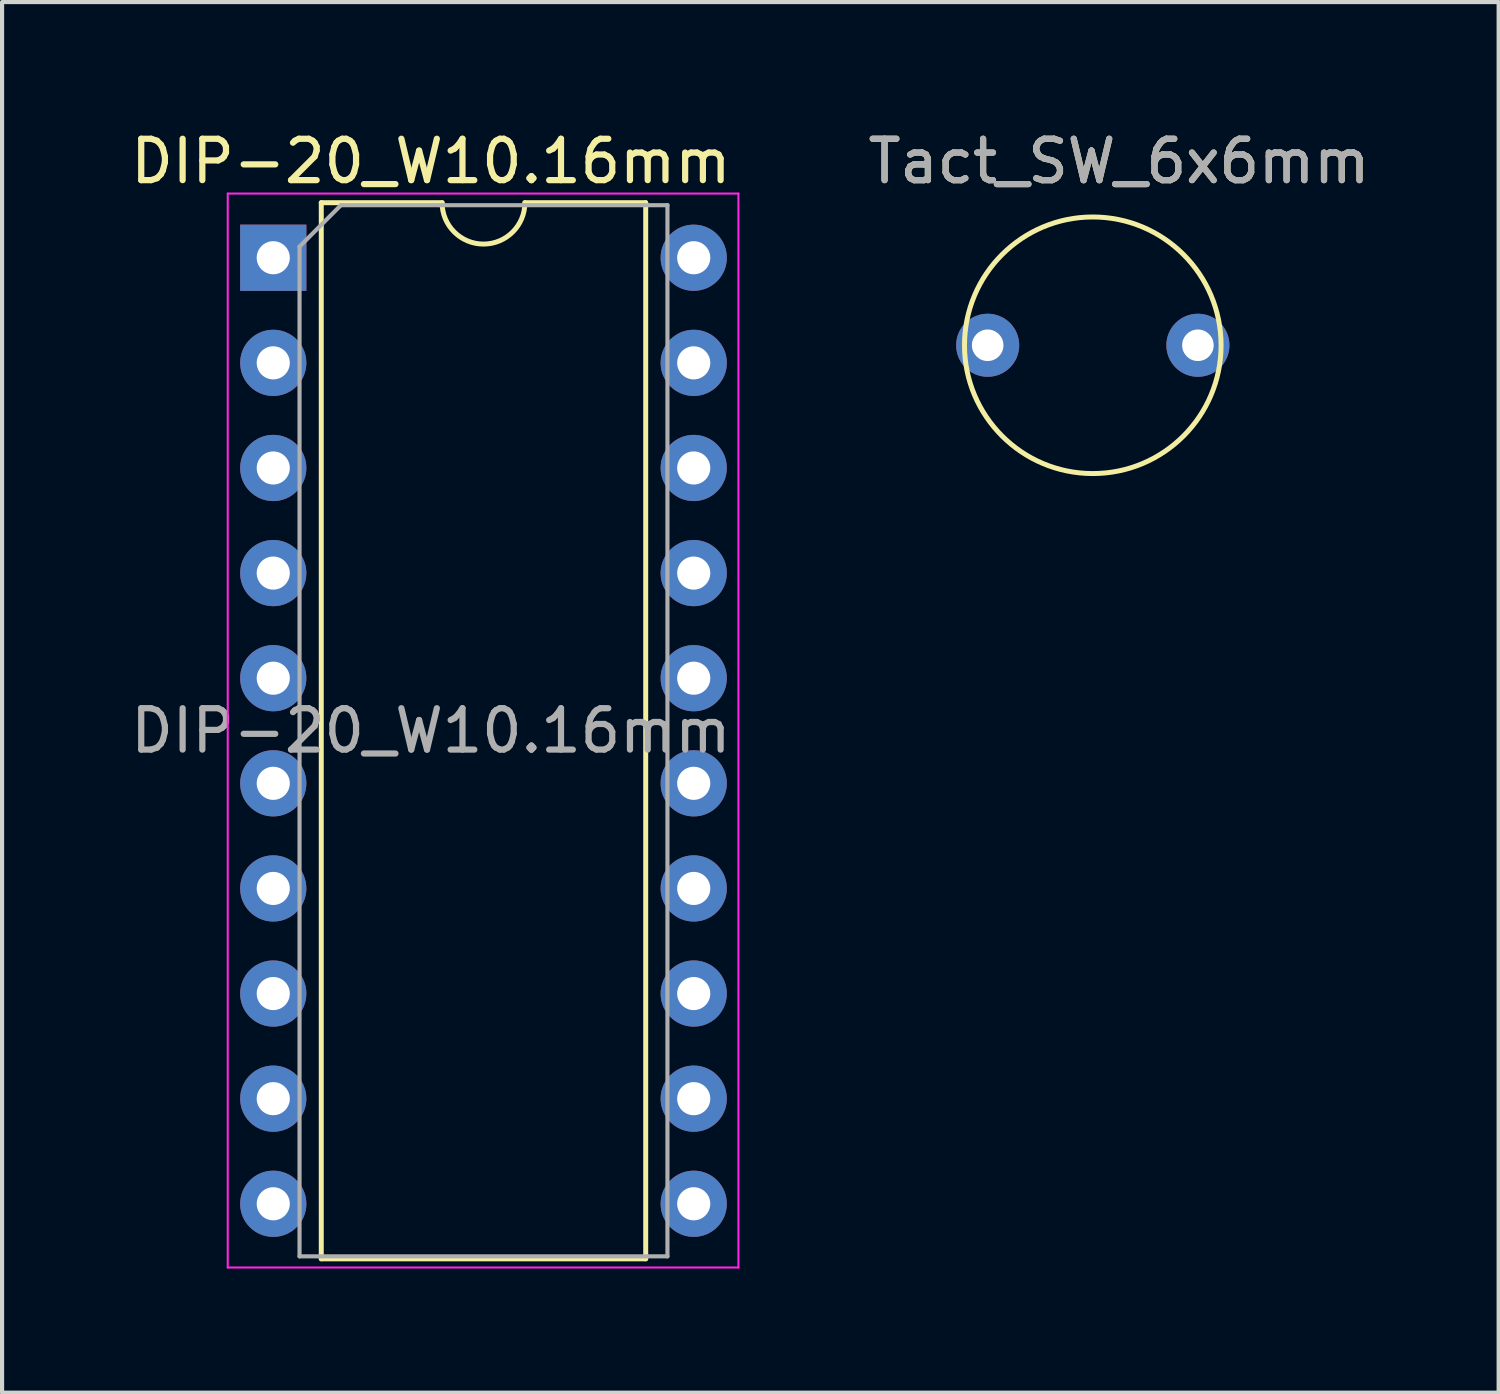
<source format=kicad_pcb>
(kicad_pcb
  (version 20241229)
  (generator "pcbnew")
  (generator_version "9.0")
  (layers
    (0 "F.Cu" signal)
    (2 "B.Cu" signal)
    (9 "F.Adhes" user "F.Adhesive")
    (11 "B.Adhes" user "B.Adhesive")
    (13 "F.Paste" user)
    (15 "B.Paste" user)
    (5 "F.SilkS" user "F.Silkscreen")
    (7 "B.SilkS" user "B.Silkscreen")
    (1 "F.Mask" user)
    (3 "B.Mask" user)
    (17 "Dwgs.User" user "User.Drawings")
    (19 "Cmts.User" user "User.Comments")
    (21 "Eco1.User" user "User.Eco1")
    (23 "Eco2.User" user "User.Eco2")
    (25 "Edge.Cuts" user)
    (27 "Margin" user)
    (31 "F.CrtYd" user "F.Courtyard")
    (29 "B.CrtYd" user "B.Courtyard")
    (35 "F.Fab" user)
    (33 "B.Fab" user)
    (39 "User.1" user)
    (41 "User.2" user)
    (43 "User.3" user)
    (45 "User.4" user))
  (footprint "Tact_SW_6x6mm"
    (layer "F.Cu")
    (at 23.356 5.293)
    (property "Reference" "Tact_SW_6x6mm" (at 0.635 -4.445 0) (layer "F.SilkS") (effects (font (size 1 1) (thickness 0.15))))
    (attr through_hole)
    (fp_circle (center 0 0) (end 3.1 0) (stroke (width 0.12) (type solid)) (fill no) (layer "F.SilkS"))
    (fp_text user "${REFERENCE}" (at 0.635 -4.445 0) (layer "F.Fab") (effects (font (size 1 1) (thickness 0.15))))
    (pad "1" thru_hole circle (at -2.54 0) (size 1.524 1.524) (drill 0.762) (layers "*.Cu" "*.Mask"))
    (pad "2" thru_hole circle (at 2.54 0) (size 1.524 1.524) (drill 0.762) (layers "*.Cu" "*.Mask")))
  (footprint "DIP-20_W10.16mm"
    (layer "F.Cu")
    (at 3.553 3.178)
    (property "Reference" "DIP-20_W10.16mm" (at 3.81 -2.33 0) (layer "F.SilkS") (effects (font (size 1 1) (thickness 0.15))))
    (attr through_hole)
    (fp_line (start 1.16 -1.33) (end 1.16 24.19) (stroke (width 0.12) (type solid)) (layer "F.SilkS"))
    (fp_line (start 1.16 24.19) (end 9 24.19) (stroke (width 0.12) (type solid)) (layer "F.SilkS"))
    (fp_line (start 4.08 -1.33) (end 1.16 -1.33) (stroke (width 0.12) (type solid)) (layer "F.SilkS"))
    (fp_line (start 9 -1.33) (end 6.08 -1.33) (stroke (width 0.12) (type solid)) (layer "F.SilkS"))
    (fp_line (start 9 24.19) (end 9 -1.33) (stroke (width 0.12) (type solid)) (layer "F.SilkS"))
    (fp_arc (start 6.08 -1.33) (mid 5.08 -0.33) (end 4.08 -1.33) (stroke (width 0.12) (type solid)) (layer "F.SilkS"))
    (fp_line (start -1.1 -1.55) (end -1.1 24.4) (stroke (width 0.05) (type solid)) (layer "F.CrtYd"))
    (fp_line (start -1.1 24.4) (end 11.24 24.4) (stroke (width 0.05) (type solid)) (layer "F.CrtYd"))
    (fp_line (start 11.24 -1.55) (end -1.1 -1.55) (stroke (width 0.05) (type solid)) (layer "F.CrtYd"))
    (fp_line (start 11.24 24.4) (end 11.24 -1.55) (stroke (width 0.05) (type solid)) (layer "F.CrtYd"))
    (fp_line (start 0.635 -0.27) (end 1.635 -1.27) (stroke (width 0.1) (type solid)) (layer "F.Fab"))
    (fp_line (start 0.635 24.13) (end 0.635 -0.27) (stroke (width 0.1) (type solid)) (layer "F.Fab"))
    (fp_line (start 1.635 -1.27) (end 9.525 -1.27) (stroke (width 0.1) (type solid)) (layer "F.Fab"))
    (fp_line (start 9.525 -1.27) (end 9.525 24.13) (stroke (width 0.1) (type solid)) (layer "F.Fab"))
    (fp_line (start 9.525 24.13) (end 0.635 24.13) (stroke (width 0.1) (type solid)) (layer "F.Fab"))
    (fp_text user "${REFERENCE}" (at 3.81 11.43 0) (layer "F.Fab") (effects (font (size 1 1) (thickness 0.15))))
    (pad "1" thru_hole rect (at 0 0) (size 1.6 1.6) (drill 0.8) (layers "*.Cu" "*.Mask"))
    (pad "2" thru_hole oval (at 0 2.54) (size 1.6 1.6) (drill 0.8) (layers "*.Cu" "*.Mask"))
    (pad "3" thru_hole oval (at 0 5.08) (size 1.6 1.6) (drill 0.8) (layers "*.Cu" "*.Mask"))
    (pad "4" thru_hole oval (at 0 7.62) (size 1.6 1.6) (drill 0.8) (layers "*.Cu" "*.Mask"))
    (pad "5" thru_hole oval (at 0 10.16) (size 1.6 1.6) (drill 0.8) (layers "*.Cu" "*.Mask"))
    (pad "6" thru_hole oval (at 0 12.7) (size 1.6 1.6) (drill 0.8) (layers "*.Cu" "*.Mask"))
    (pad "7" thru_hole oval (at 0 15.24) (size 1.6 1.6) (drill 0.8) (layers "*.Cu" "*.Mask"))
    (pad "8" thru_hole oval (at 0 17.78) (size 1.6 1.6) (drill 0.8) (layers "*.Cu" "*.Mask"))
    (pad "9" thru_hole oval (at 0 20.32) (size 1.6 1.6) (drill 0.8) (layers "*.Cu" "*.Mask"))
    (pad "10" thru_hole oval (at 0 22.86) (size 1.6 1.6) (drill 0.8) (layers "*.Cu" "*.Mask"))
    (pad "11" thru_hole oval (at 10.16 22.86) (size 1.6 1.6) (drill 0.8) (layers "*.Cu" "*.Mask"))
    (pad "12" thru_hole oval (at 10.16 20.32) (size 1.6 1.6) (drill 0.8) (layers "*.Cu" "*.Mask"))
    (pad "13" thru_hole oval (at 10.16 17.78) (size 1.6 1.6) (drill 0.8) (layers "*.Cu" "*.Mask"))
    (pad "14" thru_hole oval (at 10.16 15.24) (size 1.6 1.6) (drill 0.8) (layers "*.Cu" "*.Mask"))
    (pad "15" thru_hole oval (at 10.16 12.7) (size 1.6 1.6) (drill 0.8) (layers "*.Cu" "*.Mask"))
    (pad "16" thru_hole oval (at 10.16 10.16) (size 1.6 1.6) (drill 0.8) (layers "*.Cu" "*.Mask"))
    (pad "17" thru_hole oval (at 10.16 7.62) (size 1.6 1.6) (drill 0.8) (layers "*.Cu" "*.Mask"))
    (pad "18" thru_hole oval (at 10.16 5.08) (size 1.6 1.6) (drill 0.8) (layers "*.Cu" "*.Mask"))
    (pad "19" thru_hole oval (at 10.16 2.54) (size 1.6 1.6) (drill 0.8) (layers "*.Cu" "*.Mask"))
    (pad "20" thru_hole oval (at 10.16 0) (size 1.6 1.6) (drill 0.8) (layers "*.Cu" "*.Mask")))
  (gr_rect
    (start -3 -3)
    (end 33.163 30.603)
    (stroke (width 0.1) (type default))
    (fill no)
    (layer "Edge.Cuts")))
</source>
